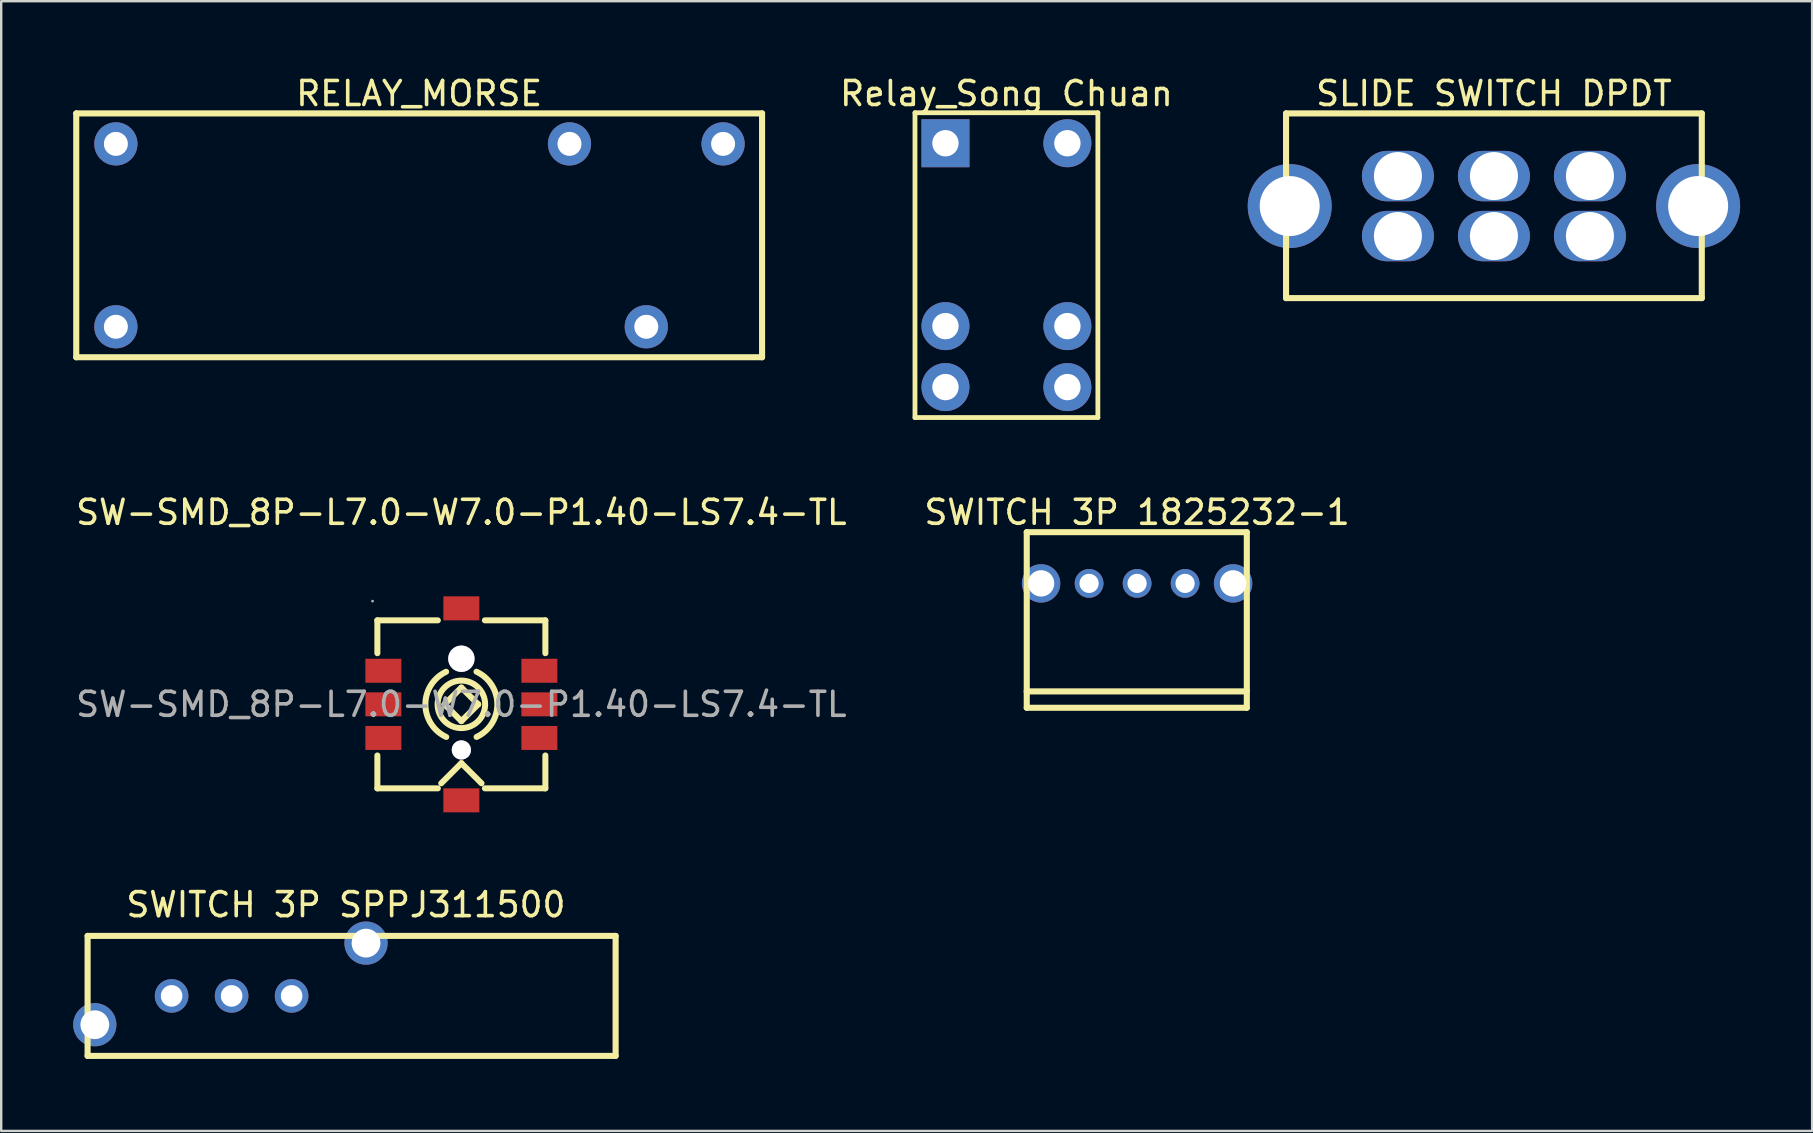
<source format=kicad_pcb>
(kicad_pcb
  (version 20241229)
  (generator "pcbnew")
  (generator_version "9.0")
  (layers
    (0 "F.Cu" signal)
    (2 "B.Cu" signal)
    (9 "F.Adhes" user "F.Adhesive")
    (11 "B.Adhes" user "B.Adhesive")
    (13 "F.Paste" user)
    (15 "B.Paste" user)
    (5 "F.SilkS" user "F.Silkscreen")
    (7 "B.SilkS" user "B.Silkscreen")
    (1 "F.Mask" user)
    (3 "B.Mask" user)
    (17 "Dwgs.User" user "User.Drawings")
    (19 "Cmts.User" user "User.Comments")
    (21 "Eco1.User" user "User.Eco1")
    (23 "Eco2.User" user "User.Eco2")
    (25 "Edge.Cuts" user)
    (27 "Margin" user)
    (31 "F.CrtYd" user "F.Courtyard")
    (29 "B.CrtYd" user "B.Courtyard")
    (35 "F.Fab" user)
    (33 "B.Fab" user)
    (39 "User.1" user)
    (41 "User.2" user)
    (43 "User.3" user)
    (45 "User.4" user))
  (footprint "SWITCH 3P SPPJ311500"
    (layer "F.Cu")
    (at 6.6 38.445)
    (property "Reference" "SWITCH 3P SPPJ311500" (at 4.763 -3.8 0) (layer "F.SilkS") (effects (font (size 1 1) (thickness 0.15))))
    (fp_line (start -6 -2.5) (end 16 -2.5) (stroke (width 0.254) (type solid)) (layer "F.SilkS"))
    (fp_line (start -6 2.5) (end -6 -2.5) (stroke (width 0.254) (type solid)) (layer "F.SilkS"))
    (fp_line (start -6 2.5) (end 16 2.5) (stroke (width 0.254) (type solid)) (layer "F.SilkS"))
    (fp_line (start 16 2.5) (end 16 -2.5) (stroke (width 0.254) (type solid)) (layer "F.SilkS"))
    (pad "" thru_hole circle (at -5.7 1.2) (size 1.8 1.8) (drill 1.2) (layers "*.Cu" "*.Mask"))
    (pad "" thru_hole circle (at 5.6 -2.2) (size 1.8 1.8) (drill 1.2) (layers "*.Cu" "*.Mask"))
    (pad "1" thru_hole circle (at -2.5 0) (size 1.4 1.4) (drill 0.9) (layers "*.Cu" "*.Mask"))
    (pad "2" thru_hole circle (at 0 0) (size 1.4 1.4) (drill 0.9) (layers "*.Cu" "*.Mask"))
    (pad "3" thru_hole circle (at 2.5 0) (size 1.4 1.4) (drill 0.9) (layers "*.Cu" "*.Mask")))
  (footprint "SW-SMD_8P-L7.0-W7.0-P1.40-LS7.4-TL"
    (layer "F.Cu")
    (at 16.173 26.297)
    (property "Reference" "SW-SMD_8P-L7.0-W7.0-P1.40-LS7.4-TL" (at 0 -8 0) (layer "F.SilkS") (effects (font (size 1 1) (thickness 0.15))))
    (attr smd)
    (fp_line (start -3.5 -2.13) (end -3.5 -3.5) (stroke (width 0.25) (type solid)) (layer "F.SilkS"))
    (fp_line (start -3.5 3.5) (end -3.5 2.13) (stroke (width 0.25) (type solid)) (layer "F.SilkS"))
    (fp_line (start -3.5 3.5) (end -0.98 3.5) (stroke (width 0.25) (type solid)) (layer "F.SilkS"))
    (fp_line (start -0.98 -3.5) (end -3.5 -3.5) (stroke (width 0.25) (type solid)) (layer "F.SilkS"))
    (fp_line (start -0.84 3.29) (end 0 2.45) (stroke (width 0.25) (type solid)) (layer "F.SilkS"))
    (fp_line (start -0.7 0) (end -0.7 0) (stroke (width 0.25) (type solid)) (layer "F.SilkS"))
    (fp_line (start -0.7 0) (end 0 0.7) (stroke (width 0.25) (type solid)) (layer "F.SilkS"))
    (fp_line (start 0 -0.7) (end -0.7 0) (stroke (width 0.25) (type solid)) (layer "F.SilkS"))
    (fp_line (start 0 0.7) (end 0.7 0) (stroke (width 0.25) (type solid)) (layer "F.SilkS"))
    (fp_line (start 0 2.45) (end 0.84 3.29) (stroke (width 0.25) (type solid)) (layer "F.SilkS"))
    (fp_line (start 0.7 0) (end 0 -0.7) (stroke (width 0.25) (type solid)) (layer "F.SilkS"))
    (fp_line (start 0.7 0) (end 0.7 0) (stroke (width 0.25) (type solid)) (layer "F.SilkS"))
    (fp_line (start 0.98 3.5) (end 3.5 3.5) (stroke (width 0.25) (type solid)) (layer "F.SilkS"))
    (fp_line (start 3.5 -3.5) (end 0.98 -3.5) (stroke (width 0.25) (type solid)) (layer "F.SilkS"))
    (fp_line (start 3.5 -3.5) (end 3.5 -2.13) (stroke (width 0.25) (type solid)) (layer "F.SilkS"))
    (fp_line (start 3.5 2.13) (end 3.5 3.5) (stroke (width 0.25) (type solid)) (layer "F.SilkS"))
    (fp_arc (start -0.63 1.36) (mid -1.498831 0.002479) (end -0.634495 -1.357909) (stroke (width 0.25) (type solid)) (layer "F.SilkS"))
    (fp_arc (start 0.63 -1.36) (mid 1.498831 -0.002479) (end 0.634495 1.357909) (stroke (width 0.25) (type solid)) (layer "F.SilkS"))
    (fp_circle (center 0 0) (end 0.99 0) (stroke (width 0.25) (type solid)) (fill no) (layer "F.SilkS"))
    (fp_circle (center 0 -1.9) (end 0.23 -1.9) (stroke (width 0.45) (type solid)) (fill no) (layer "Cmts.User"))
    (fp_circle (center 0 1.9) (end 0.15 1.9) (stroke (width 0.3) (type solid)) (fill no) (layer "Cmts.User"))
    (fp_circle (center -3.7 -4.3) (end -3.67 -4.3) (stroke (width 0.06) (type solid)) (fill no) (layer "F.Fab"))
    (fp_text user "${REFERENCE}" (at 0 0 0) (layer "F.Fab") (effects (font (size 1 1) (thickness 0.15))))
    (pad "" thru_hole circle (at 0 -1.9) (size 1.1 1.1) (drill 1.1) (layers "*.Cu" "*.Mask"))
    (pad "" thru_hole circle (at 0 1.9) (size 0.8 0.8) (drill 0.8) (layers "*.Cu" "*.Mask"))
    (pad "1" smd rect (at -3.25 -1.4) (size 1.5 1) (layers "F.Cu" "F.Mask" "F.Paste"))
    (pad "2" smd rect (at -3.25 0) (size 1.5 1) (layers "F.Cu" "F.Mask" "F.Paste"))
    (pad "3" smd rect (at -3.25 1.4) (size 1.5 1) (layers "F.Cu" "F.Mask" "F.Paste"))
    (pad "4" smd rect (at 3.25 1.4) (size 1.5 1) (layers "F.Cu" "F.Mask" "F.Paste"))
    (pad "5" smd rect (at 3.25 0) (size 1.5 1) (layers "F.Cu" "F.Mask" "F.Paste"))
    (pad "6" smd rect (at 3.25 -1.4) (size 1.5 1) (layers "F.Cu" "F.Mask" "F.Paste"))
    (pad "7" smd rect (at 0 -4) (size 1.5 1) (layers "F.Cu" "F.Mask" "F.Paste"))
    (pad "8" smd rect (at 0 4) (size 1.5 1) (layers "F.Cu" "F.Mask" "F.Paste")))
  (footprint "SLIDE SWITCH DPDT"
    (layer "F.Cu")
    (at 59.195 5.536)
    (property "Reference" "SLIDE SWITCH DPDT" (at 0 -4.688 0) (layer "F.SilkS") (effects (font (size 1 1) (thickness 0.15))))
    (fp_line (start -8.661 -3.861) (end 8.661 -3.861) (stroke (width 0.254) (type solid)) (layer "F.SilkS"))
    (fp_line (start -8.661 3.835) (end -8.661 -3.861) (stroke (width 0.254) (type solid)) (layer "F.SilkS"))
    (fp_line (start -8.661 3.835) (end 8.661 3.835) (stroke (width 0.254) (type solid)) (layer "F.SilkS"))
    (fp_line (start 8.661 3.835) (end 8.661 -3.861) (stroke (width 0.254) (type solid)) (layer "F.SilkS"))
    (pad "0" thru_hole circle (at -8.509 0) (size 3.5 3.5) (drill 2.5) (layers "*.Cu" "*.Mask"))
    (pad "0" thru_hole circle (at 8.509 0) (size 3.5 3.5) (drill 2.5) (layers "*.Cu" "*.Mask"))
    (pad "1" thru_hole oval (at -4 1.25) (size 3 2.1) (drill 2) (layers "*.Cu" "*.Mask"))
    (pad "2" thru_hole oval (at -4 -1.25) (size 3 2.1) (drill 2) (layers "*.Cu" "*.Mask"))
    (pad "3" thru_hole oval (at 0 1.25) (size 3 2.1) (drill 2) (layers "*.Cu" "*.Mask"))
    (pad "4" thru_hole oval (at 0 -1.25) (size 3 2.1) (drill 2) (layers "*.Cu" "*.Mask"))
    (pad "5" thru_hole oval (at 4 1.25) (size 3 2.1) (drill 2) (layers "*.Cu" "*.Mask"))
    (pad "6" thru_hole oval (at 4 -1.25) (size 3 2.1) (drill 2) (layers "*.Cu" "*.Mask")))
  (footprint "SWITCH 3P 1825232-1"
    (layer "F.Cu")
    (at 44.327 21.257)
    (property "Reference" "SWITCH 3P 1825232-1" (at 0 -2.961 0) (layer "F.SilkS") (effects (font (size 1 1) (thickness 0.15))))
    (fp_line (start -4.6 4.5) (end 4.572 4.5) (stroke (width 0.254) (type solid)) (layer "F.SilkS"))
    (fp_line (start -4.597 -2.134) (end 4.572 -2.134) (stroke (width 0.254) (type solid)) (layer "F.SilkS"))
    (fp_line (start -4.597 5.182) (end -4.597 -2.134) (stroke (width 0.254) (type solid)) (layer "F.SilkS"))
    (fp_line (start -4.597 5.182) (end 4.572 5.182) (stroke (width 0.254) (type solid)) (layer "F.SilkS"))
    (fp_line (start 4.572 5.182) (end 4.572 -2.134) (stroke (width 0.254) (type solid)) (layer "F.SilkS"))
    (pad "" thru_hole circle (at -4 0) (size 1.6 1.6) (drill 1.1) (layers "*.Cu" "*.Mask"))
    (pad "" thru_hole circle (at 4 0) (size 1.6 1.6) (drill 1.1) (layers "*.Cu" "*.Mask"))
    (pad "1" thru_hole circle (at -2 0) (size 1.2 1.2) (drill 0.8) (layers "*.Cu" "*.Mask"))
    (pad "2" thru_hole circle (at 0.00008 0) (size 1.2 1.2) (drill 0.8) (layers "*.Cu" "*.Mask"))
    (pad "3" thru_hole circle (at 2 0) (size 1.2 1.2) (drill 0.8) (layers "*.Cu" "*.Mask")))
  (footprint "RELAY_MORSE"
    (layer "F.Cu")
    (at 1.778 10.565)
    (property "Reference" "RELAY_MORSE" (at 12.636 -9.717 0) (layer "F.SilkS") (effects (font (size 1 1) (thickness 0.15))))
    (fp_line (start -1.651 -8.89) (end 26.924 -8.89) (stroke (width 0.254) (type solid)) (layer "F.SilkS"))
    (fp_line (start -1.651 1.27) (end -1.651 -8.89) (stroke (width 0.254) (type solid)) (layer "F.SilkS"))
    (fp_line (start -1.651 1.27) (end 26.924 1.27) (stroke (width 0.254) (type solid)) (layer "F.SilkS"))
    (fp_line (start 26.924 1.27) (end 26.924 -8.89) (stroke (width 0.254) (type solid)) (layer "F.SilkS"))
    (pad "1" thru_hole circle (at 0 -7.62) (size 1.8 1.8) (drill 1) (layers "*.Cu" "*.Mask"))
    (pad "2" thru_hole circle (at 0 0) (size 1.8 1.8) (drill 1) (layers "*.Cu" "*.Mask"))
    (pad "3" thru_hole circle (at 18.9 -7.62) (size 1.8 1.8) (drill 1) (layers "*.Cu" "*.Mask"))
    (pad "4" thru_hole circle (at 22.1 0) (size 1.8 1.8) (drill 1) (layers "*.Cu" "*.Mask"))
    (pad "5" thru_hole circle (at 25.3 -7.62) (size 1.8 1.8) (drill 1) (layers "*.Cu" "*.Mask")))
  (footprint "Relay_Song Chuan"
    (layer "F.Cu")
    (at 38.883 7.998)
    (property "Reference" "Relay_Song Chuan" (at 0 -7.15 0) (layer "F.SilkS") (effects (font (size 1 1) (thickness 0.15))))
    (fp_line (start -3.81 -6.35) (end 3.81 -6.35) (stroke (width 0.2) (type solid)) (layer "F.SilkS"))
    (fp_line (start -3.81 6.35) (end -3.81 -6.35) (stroke (width 0.2) (type solid)) (layer "F.SilkS"))
    (fp_line (start -3.81 6.35) (end 3.81 6.35) (stroke (width 0.2) (type solid)) (layer "F.SilkS"))
    (fp_line (start 3.81 6.35) (end 3.81 -6.35) (stroke (width 0.2) (type solid)) (layer "F.SilkS"))
    (pad "COIL1" thru_hole circle (at -2.54 2.54) (size 2 2) (drill 1.1) (layers "*.Cu" "*.Mask"))
    (pad "COIL2" thru_hole circle (at 2.54 2.54) (size 2 2) (drill 1.1) (layers "*.Cu" "*.Mask"))
    (pad "COM1" thru_hole rect (at -2.54 -5.08) (size 2 2) (drill 1.1) (layers "*.Cu" "*.Mask"))
    (pad "COM2" thru_hole circle (at 2.54 -5.08) (size 2 2) (drill 1.1) (layers "*.Cu" "*.Mask"))
    (pad "NC" thru_hole circle (at -2.54 5.08) (size 2 2) (drill 1.1) (layers "*.Cu" "*.Mask"))
    (pad "NO" thru_hole circle (at 2.54 5.08) (size 2 2) (drill 1.1) (layers "*.Cu" "*.Mask")))
  (gr_rect
    (start -3 -3)
    (end 72.454 44.072)
    (stroke (width 0.1) (type default))
    (fill no)
    (layer "Edge.Cuts")))
</source>
